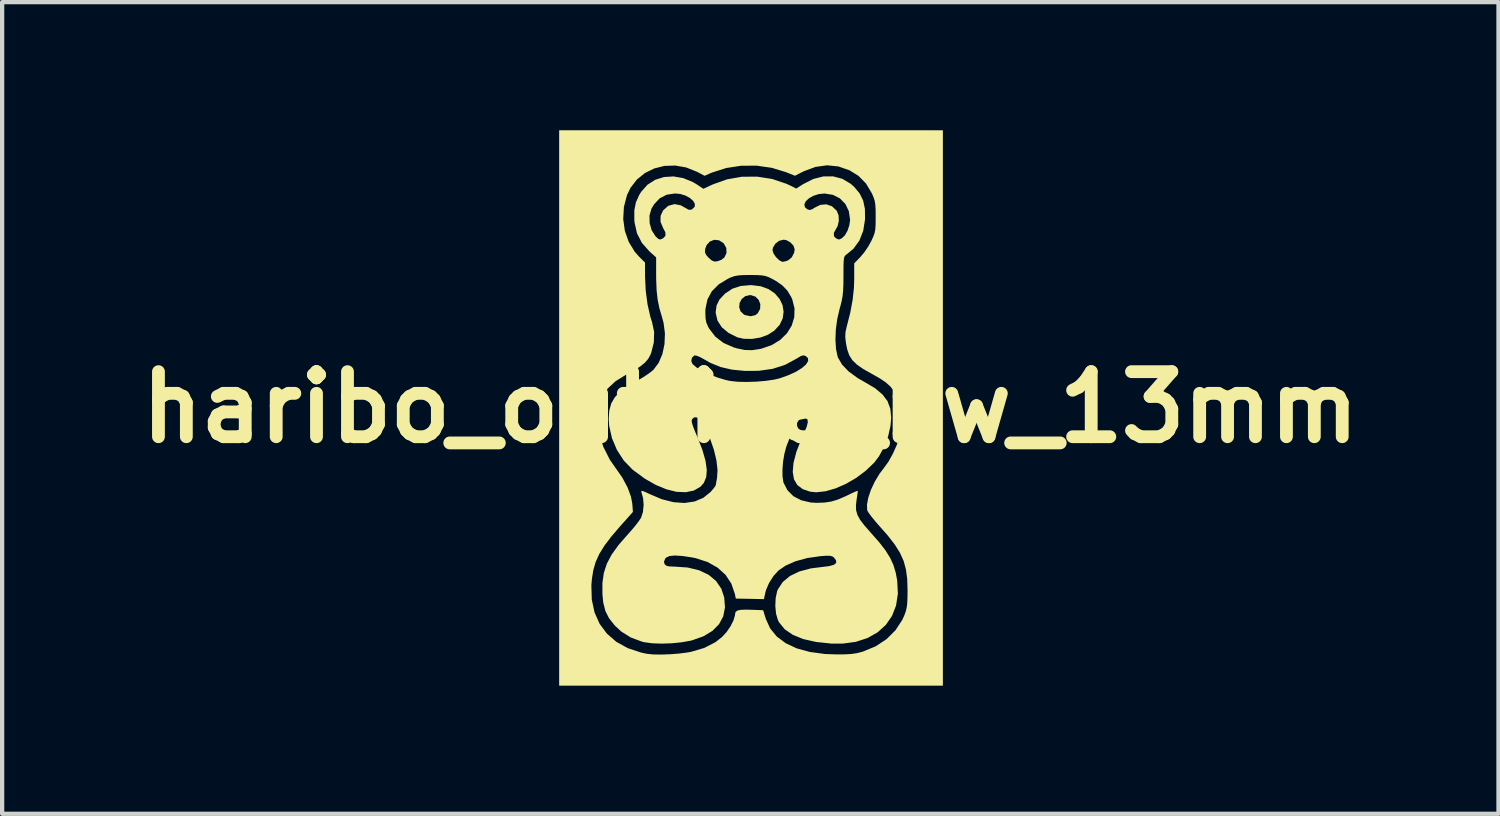
<source format=kicad_pcb>
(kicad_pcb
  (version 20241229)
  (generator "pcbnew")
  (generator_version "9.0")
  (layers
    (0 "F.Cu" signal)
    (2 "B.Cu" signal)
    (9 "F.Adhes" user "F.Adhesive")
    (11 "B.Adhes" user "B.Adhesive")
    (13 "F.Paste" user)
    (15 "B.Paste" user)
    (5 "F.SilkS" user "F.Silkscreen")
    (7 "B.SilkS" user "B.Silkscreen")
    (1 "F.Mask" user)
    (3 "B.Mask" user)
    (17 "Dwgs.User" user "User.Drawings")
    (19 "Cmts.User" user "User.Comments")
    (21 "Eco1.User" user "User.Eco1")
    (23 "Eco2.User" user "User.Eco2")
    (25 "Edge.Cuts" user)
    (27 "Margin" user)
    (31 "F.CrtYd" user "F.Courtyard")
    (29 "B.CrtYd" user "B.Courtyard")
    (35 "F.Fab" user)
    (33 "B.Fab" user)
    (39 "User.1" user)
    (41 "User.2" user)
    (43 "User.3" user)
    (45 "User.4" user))
  (footprint "haribo_outline_bw_13mm"
    (layer "F.Cu")
    (at 14.522 6.488)
    (property "Reference" "haribo_outline_bw_13mm" (at 0 0 0) (layer "F.SilkS") (effects (font (size 1.524 1.524) (thickness 0.3))))
    (attr board_only exclude_from_pos_files exclude_from_bom)
    (fp_poly (pts (xy 0.022 -2.861) (xy 0.24 -2.835) (xy 0.425 -2.768) (xy 0.574 -2.666) (xy 0.684 -2.538) (xy 0.754 -2.393) (xy 0.779 -2.238) (xy 0.758 -2.081) (xy 0.687 -1.932) (xy 0.564 -1.797) (xy 0.412 -1.698) (xy 0.235 -1.633) (xy 0.038 -1.601) (xy -0.154 -1.604) (xy -0.304 -1.638) (xy -0.513 -1.743) (xy -0.669 -1.874) (xy -0.769 -2.03) (xy -0.81 -2.204) (xy -0.811 -2.235) (xy -0.796 -2.344) (xy -0.261 -2.344) (xy -0.23 -2.248) (xy -0.152 -2.173) (xy -0.122 -2.159) (xy 0.004 -2.132) (xy 0.116 -2.157) (xy 0.173 -2.201) (xy 0.229 -2.304) (xy 0.234 -2.415) (xy 0.194 -2.517) (xy 0.117 -2.593) (xy 0.009 -2.627) (xy -0.006 -2.628) (xy -0.12 -2.602) (xy -0.202 -2.536) (xy -0.251 -2.445) (xy -0.261 -2.344) (xy -0.796 -2.344) (xy -0.79 -2.388) (xy -0.723 -2.523) (xy -0.601 -2.654) (xy -0.585 -2.668) (xy -0.42 -2.777) (xy -0.227 -2.84) (xy 0.005 -2.861)) (stroke (width 0) (type solid)) (fill yes) (layer "F.SilkS"))
    (fp_poly (pts (xy 4.509 6.52) (xy -4.477 6.52) (xy -4.477 4.173) (xy -3.723 4.173) (xy -3.713 4.505) (xy -3.648 4.806) (xy -3.529 5.073) (xy -3.358 5.302) (xy -3.138 5.493) (xy -2.869 5.641) (xy -2.556 5.745) (xy -2.425 5.773) (xy -2.279 5.788) (xy -2.091 5.791) (xy -1.879 5.784) (xy -1.665 5.767) (xy -1.469 5.742) (xy -1.384 5.726) (xy -1.079 5.636) (xy -0.821 5.503) (xy -0.663 5.38) (xy -0.556 5.263) (xy -0.463 5.127) (xy -0.394 4.989) (xy -0.359 4.87) (xy -0.357 4.842) (xy -0.346 4.794) (xy -0.306 4.762) (xy -0.228 4.744) (xy -0.102 4.739) (xy 0.045 4.743) (xy 0.3 4.752) (xy 0.361 4.952) (xy 0.463 5.177) (xy 0.618 5.368) (xy 0.827 5.524) (xy 1.086 5.646) (xy 1.394 5.73) (xy 1.748 5.778) (xy 2.027 5.788) (xy 2.221 5.786) (xy 2.371 5.777) (xy 2.496 5.758) (xy 2.618 5.727) (xy 2.645 5.718) (xy 2.937 5.597) (xy 3.19 5.43) (xy 3.399 5.222) (xy 3.558 4.98) (xy 3.606 4.874) (xy 3.639 4.784) (xy 3.661 4.695) (xy 3.674 4.592) (xy 3.68 4.458) (xy 3.682 4.282) (xy 3.674 4.025) (xy 3.645 3.802) (xy 3.591 3.601) (xy 3.505 3.41) (xy 3.383 3.215) (xy 3.22 3.005) (xy 3.047 2.809) (xy 2.937 2.684) (xy 2.843 2.569) (xy 2.774 2.477) (xy 2.739 2.418) (xy 2.737 2.413) (xy 2.731 2.283) (xy 2.762 2.118) (xy 2.824 1.933) (xy 2.914 1.742) (xy 3.024 1.559) (xy 3.129 1.42) (xy 3.234 1.275) (xy 3.337 1.089) (xy 3.428 0.887) (xy 3.495 0.693) (xy 3.506 0.649) (xy 3.528 0.523) (xy 3.542 0.367) (xy 3.546 0.218) (xy 3.541 0.07) (xy 3.522 -0.043) (xy 3.483 -0.153) (xy 3.441 -0.243) (xy 3.367 -0.375) (xy 3.282 -0.484) (xy 3.172 -0.583) (xy 3.025 -0.681) (xy 2.843 -0.784) (xy 2.643 -0.897) (xy 2.495 -1) (xy 2.389 -1.103) (xy 2.317 -1.217) (xy 2.269 -1.353) (xy 2.24 -1.498) (xy 2.223 -1.644) (xy 2.229 -1.764) (xy 2.256 -1.884) (xy 2.341 -2.219) (xy 2.396 -2.517) (xy 2.426 -2.795) (xy 2.433 -3.008) (xy 2.433 -3.371) (xy 2.578 -3.521) (xy 2.671 -3.632) (xy 2.764 -3.77) (xy 2.829 -3.887) (xy 2.876 -3.988) (xy 2.907 -4.071) (xy 2.925 -4.155) (xy 2.933 -4.261) (xy 2.935 -4.407) (xy 2.935 -4.46) (xy 2.934 -4.625) (xy 2.927 -4.743) (xy 2.913 -4.834) (xy 2.886 -4.917) (xy 2.846 -5.01) (xy 2.845 -5.012) (xy 2.708 -5.241) (xy 2.532 -5.42) (xy 2.323 -5.549) (xy 2.063 -5.64) (xy 1.796 -5.667) (xy 1.526 -5.629) (xy 1.253 -5.528) (xy 1.233 -5.518) (xy 1.045 -5.422) (xy 0.841 -5.504) (xy 0.506 -5.607) (xy 0.15 -5.658) (xy -0.212 -5.657) (xy -0.565 -5.603) (xy -0.895 -5.498) (xy -0.931 -5.483) (xy -1.071 -5.421) (xy -1.247 -5.514) (xy -1.501 -5.616) (xy -1.758 -5.661) (xy -2.011 -5.653) (xy -2.25 -5.593) (xy -2.468 -5.486) (xy -2.657 -5.333) (xy -2.807 -5.138) (xy -2.889 -4.968) (xy -2.961 -4.691) (xy -2.977 -4.408) (xy -2.939 -4.132) (xy -2.848 -3.873) (xy -2.707 -3.642) (xy -2.608 -3.53) (xy -2.467 -3.39) (xy -2.466 -3.062) (xy -2.45 -2.732) (xy -2.407 -2.407) (xy -2.339 -2.11) (xy -2.302 -1.995) (xy -2.253 -1.764) (xy -2.26 -1.519) (xy -2.321 -1.277) (xy -2.339 -1.231) (xy -2.392 -1.134) (xy -2.468 -1.046) (xy -2.576 -0.958) (xy -2.726 -0.864) (xy -2.907 -0.765) (xy -3.152 -0.614) (xy -3.337 -0.443) (xy -3.466 -0.248) (xy -3.542 -0.023) (xy -3.568 0.237) (xy -3.568 0.254) (xy -3.538 0.597) (xy -3.445 0.922) (xy -3.29 1.229) (xy -3.159 1.417) (xy -2.998 1.647) (xy -2.875 1.878) (xy -2.795 2.095) (xy -2.765 2.255) (xy -2.75 2.451) (xy -3.055 2.793) (xy -3.259 3.032) (xy -3.418 3.242) (xy -3.537 3.434) (xy -3.622 3.622) (xy -3.678 3.815) (xy -3.711 4.025) (xy -3.723 4.173) (xy -4.477 4.173) (xy -4.477 -6.488) (xy 4.509 -6.488)) (stroke (width 0) (type solid)) (fill yes) (layer "F.SilkS"))
    (fp_poly (pts (xy 2.153 -5.351) (xy 2.349 -5.235) (xy 2.432 -5.162) (xy 2.56 -5.007) (xy 2.642 -4.841) (xy 2.683 -4.648) (xy 2.686 -4.413) (xy 2.686 -4.4) (xy 2.644 -4.134) (xy 2.553 -3.903) (xy 2.415 -3.713) (xy 2.264 -3.588) (xy 2.232 -3.565) (xy 2.209 -3.538) (xy 2.195 -3.496) (xy 2.186 -3.427) (xy 2.182 -3.322) (xy 2.181 -3.167) (xy 2.181 -3.073) (xy 2.179 -2.876) (xy 2.172 -2.725) (xy 2.16 -2.601) (xy 2.138 -2.485) (xy 2.106 -2.358) (xy 2.09 -2.303) (xy 2.035 -2.066) (xy 2.002 -1.82) (xy 1.993 -1.58) (xy 2.007 -1.363) (xy 2.044 -1.187) (xy 2.053 -1.163) (xy 2.148 -0.999) (xy 2.303 -0.838) (xy 2.514 -0.684) (xy 2.685 -0.586) (xy 2.92 -0.447) (xy 3.094 -0.301) (xy 3.213 -0.143) (xy 3.279 0.037) (xy 3.298 0.244) (xy 3.282 0.437) (xy 3.226 0.683) (xy 3.133 0.927) (xy 3.014 1.146) (xy 2.903 1.294) (xy 2.704 1.485) (xy 2.479 1.654) (xy 2.24 1.793) (xy 1.997 1.899) (xy 1.761 1.967) (xy 1.544 1.991) (xy 1.398 1.976) (xy 1.225 1.916) (xy 1.1 1.82) (xy 1.022 1.687) (xy 0.993 1.514) (xy 1.011 1.302) (xy 1.077 1.048) (xy 1.191 0.752) (xy 1.256 0.606) (xy 1.321 0.453) (xy 1.347 0.346) (xy 1.335 0.28) (xy 1.283 0.249) (xy 1.229 0.243) (xy 1.185 0.253) (xy 1.143 0.29) (xy 1.094 0.364) (xy 1.031 0.487) (xy 0.962 0.632) (xy 0.895 0.786) (xy 0.844 0.917) (xy 0.842 0.925) (xy 0.798 1.086) (xy 0.767 1.271) (xy 0.752 1.457) (xy 0.754 1.625) (xy 0.774 1.753) (xy 0.777 1.764) (xy 0.868 1.942) (xy 1.008 2.082) (xy 1.192 2.178) (xy 1.415 2.23) (xy 1.557 2.238) (xy 1.74 2.231) (xy 1.897 2.207) (xy 2.053 2.16) (xy 2.231 2.083) (xy 2.285 2.057) (xy 2.391 2.006) (xy 2.473 1.97) (xy 2.513 1.955) (xy 2.515 1.955) (xy 2.514 1.988) (xy 2.503 2.067) (xy 2.489 2.157) (xy 2.473 2.295) (xy 2.477 2.412) (xy 2.508 2.521) (xy 2.57 2.635) (xy 2.67 2.766) (xy 2.812 2.927) (xy 2.824 2.941) (xy 3.016 3.159) (xy 3.164 3.35) (xy 3.273 3.525) (xy 3.352 3.697) (xy 3.406 3.879) (xy 3.44 4.065) (xy 3.455 4.367) (xy 3.413 4.642) (xy 3.318 4.886) (xy 3.173 5.096) (xy 2.981 5.27) (xy 2.746 5.403) (xy 2.471 5.493) (xy 2.161 5.535) (xy 1.898 5.534) (xy 1.54 5.496) (xy 1.239 5.428) (xy 0.995 5.329) (xy 0.808 5.201) (xy 0.677 5.042) (xy 0.645 4.981) (xy 0.602 4.833) (xy 0.585 4.654) (xy 0.593 4.47) (xy 0.627 4.31) (xy 0.644 4.266) (xy 0.759 4.092) (xy 0.927 3.952) (xy 1.148 3.845) (xy 1.418 3.773) (xy 1.671 3.741) (xy 1.846 3.72) (xy 1.959 3.688) (xy 2.012 3.643) (xy 2.007 3.583) (xy 1.957 3.518) (xy 1.919 3.491) (xy 1.864 3.478) (xy 1.777 3.477) (xy 1.646 3.486) (xy 1.336 3.53) (xy 1.06 3.605) (xy 0.828 3.707) (xy 0.662 3.82) (xy 0.543 3.95) (xy 0.439 4.113) (xy 0.367 4.28) (xy 0.355 4.325) (xy 0.318 4.493) (xy -0.011 4.486) (xy -0.34 4.48) (xy -0.364 4.365) (xy -0.445 4.129) (xy -0.58 3.925) (xy -0.766 3.756) (xy -0.998 3.625) (xy -1.273 3.535) (xy -1.361 3.517) (xy -1.595 3.482) (xy -1.773 3.471) (xy -1.898 3.485) (xy -1.976 3.523) (xy -1.992 3.541) (xy -2.023 3.617) (xy -2.009 3.671) (xy -1.977 3.705) (xy -1.918 3.724) (xy -1.816 3.731) (xy -1.775 3.731) (xy -1.465 3.753) (xy -1.198 3.818) (xy -0.977 3.923) (xy -0.804 4.067) (xy -0.68 4.248) (xy -0.612 4.454) (xy -0.594 4.687) (xy -0.635 4.897) (xy -0.734 5.081) (xy -0.889 5.237) (xy -1.098 5.363) (xy -1.36 5.456) (xy -1.402 5.467) (xy -1.61 5.504) (xy -1.841 5.527) (xy -2.077 5.535) (xy -2.297 5.527) (xy -2.482 5.502) (xy -2.53 5.491) (xy -2.798 5.392) (xy -3.024 5.251) (xy -3.176 5.109) (xy -3.308 4.942) (xy -3.395 4.77) (xy -3.445 4.572) (xy -3.464 4.378) (xy -3.464 4.114) (xy -3.431 3.88) (xy -3.36 3.662) (xy -3.247 3.448) (xy -3.086 3.225) (xy -2.916 3.03) (xy -2.8 2.899) (xy -2.695 2.775) (xy -2.613 2.668) (xy -2.563 2.594) (xy -2.559 2.588) (xy -2.515 2.452) (xy -2.499 2.288) (xy -2.511 2.13) (xy -2.531 2.058) (xy -2.551 1.99) (xy -2.551 1.956) (xy -2.517 1.962) (xy -2.443 1.992) (xy -2.364 2.03) (xy -2.074 2.153) (xy -1.798 2.223) (xy -1.541 2.241) (xy -1.307 2.207) (xy -1.102 2.121) (xy -0.931 1.983) (xy -0.916 1.967) (xy -0.855 1.893) (xy -0.816 1.838) (xy -0.81 1.824) (xy -0.803 1.78) (xy -0.788 1.698) (xy -0.78 1.657) (xy -0.768 1.469) (xy -0.794 1.243) (xy -0.854 0.993) (xy -0.945 0.731) (xy -1.064 0.471) (xy -1.076 0.447) (xy -1.161 0.312) (xy -1.237 0.241) (xy -1.307 0.233) (xy -1.36 0.273) (xy -1.373 0.303) (xy -1.37 0.353) (xy -1.348 0.431) (xy -1.303 0.548) (xy -1.237 0.704) (xy -1.122 1.001) (xy -1.05 1.253) (xy -1.02 1.463) (xy -1.033 1.634) (xy -1.089 1.771) (xy -1.167 1.86) (xy -1.323 1.95) (xy -1.512 1.989) (xy -1.727 1.98) (xy -1.963 1.922) (xy -2.213 1.819) (xy -2.472 1.671) (xy -2.733 1.479) (xy -2.764 1.454) (xy -2.963 1.248) (xy -3.124 0.999) (xy -3.241 0.723) (xy -3.306 0.435) (xy -3.317 0.276) (xy -3.304 0.078) (xy -3.257 -0.092) (xy -3.169 -0.241) (xy -3.034 -0.377) (xy -2.846 -0.51) (xy -2.66 -0.616) (xy -2.523 -0.695) (xy -2.394 -0.78) (xy -2.294 -0.856) (xy -2.267 -0.88) (xy -2.146 -1.043) (xy -2.128 -1.085) (xy -1.383 -1.085) (xy -1.357 -1.016) (xy -1.265 -0.936) (xy -1.125 -0.85) (xy -0.953 -0.768) (xy -0.765 -0.695) (xy -0.576 -0.639) (xy -0.476 -0.617) (xy -0.303 -0.598) (xy -0.092 -0.593) (xy 0.137 -0.6) (xy 0.361 -0.619) (xy 0.56 -0.648) (xy 0.697 -0.681) (xy 0.902 -0.755) (xy 1.075 -0.836) (xy 1.211 -0.921) (xy 1.306 -1.005) (xy 1.354 -1.084) (xy 1.35 -1.152) (xy 1.296 -1.201) (xy 1.246 -1.216) (xy 1.188 -1.202) (xy 1.103 -1.152) (xy 1.08 -1.138) (xy 0.814 -0.994) (xy 0.521 -0.9) (xy 0.194 -0.854) (xy -0.13 -0.852) (xy -0.434 -0.882) (xy -0.698 -0.943) (xy -0.937 -1.041) (xy -1.071 -1.117) (xy -1.178 -1.176) (xy -1.264 -1.21) (xy -1.31 -1.214) (xy -1.366 -1.162) (xy -1.383 -1.085) (xy -2.128 -1.085) (xy -2.059 -1.248) (xy -2.01 -1.481) (xy -2 -1.729) (xy -2.032 -1.977) (xy -2.068 -2.109) (xy -2.101 -2.222) (xy -1.054 -2.222) (xy -1.049 -2.084) (xy -1.03 -1.982) (xy -0.99 -1.888) (xy -0.966 -1.844) (xy -0.819 -1.653) (xy -0.628 -1.506) (xy -0.389 -1.402) (xy -0.318 -1.381) (xy -0.131 -1.342) (xy 0.039 -1.337) (xy 0.226 -1.365) (xy 0.264 -1.374) (xy 0.501 -1.456) (xy 0.701 -1.579) (xy 0.858 -1.733) (xy 0.969 -1.913) (xy 1.029 -2.11) (xy 1.035 -2.317) (xy 0.982 -2.527) (xy 0.954 -2.588) (xy 0.866 -2.733) (xy 0.752 -2.852) (xy 0.597 -2.96) (xy 0.506 -3.01) (xy 0.424 -3.05) (xy 0.348 -3.076) (xy 0.26 -3.09) (xy 0.142 -3.096) (xy 0 -3.098) (xy -0.162 -3.096) (xy -0.279 -3.088) (xy -0.37 -3.072) (xy -0.454 -3.043) (xy -0.519 -3.013) (xy -0.738 -2.881) (xy -0.9 -2.719) (xy -1.004 -2.528) (xy -1.051 -2.305) (xy -1.054 -2.222) (xy -2.101 -2.222) (xy -2.129 -2.316) (xy -2.17 -2.518) (xy -2.195 -2.736) (xy -2.205 -2.99) (xy -2.206 -3.107) (xy -2.206 -3.51) (xy -2.342 -3.632) (xy -1.063 -3.632) (xy -1.036 -3.569) (xy -0.976 -3.501) (xy -0.901 -3.436) (xy -0.838 -3.413) (xy -0.769 -3.419) (xy -0.677 -3.454) (xy -0.608 -3.507) (xy -0.558 -3.614) (xy -0.561 -3.681) (xy 0.519 -3.681) (xy 0.542 -3.604) (xy 0.599 -3.519) (xy 0.672 -3.447) (xy 0.742 -3.408) (xy 0.758 -3.406) (xy 0.825 -3.419) (xy 0.887 -3.442) (xy 0.971 -3.512) (xy 1.026 -3.62) (xy 1.038 -3.701) (xy 1.01 -3.785) (xy 0.938 -3.862) (xy 0.844 -3.914) (xy 0.779 -3.925) (xy 0.673 -3.898) (xy 0.583 -3.828) (xy 0.528 -3.734) (xy 0.519 -3.681) (xy -0.561 -3.681) (xy -0.563 -3.731) (xy -0.623 -3.838) (xy -0.631 -3.846) (xy -0.735 -3.911) (xy -0.846 -3.922) (xy -0.949 -3.881) (xy -1.026 -3.796) (xy -1.058 -3.707) (xy -1.063 -3.632) (xy -2.342 -3.632) (xy -2.366 -3.654) (xy -2.539 -3.849) (xy -2.654 -4.073) (xy -2.712 -4.329) (xy -2.717 -4.39) (xy -2.717 -4.491) (xy -2.362 -4.491) (xy -2.359 -4.317) (xy -2.312 -4.149) (xy -2.223 -4.008) (xy -2.209 -3.993) (xy -2.151 -3.941) (xy -2.109 -3.929) (xy -2.052 -3.953) (xy -2.042 -3.959) (xy -1.988 -4.015) (xy -1.99 -4.097) (xy -2.044 -4.201) (xy -2.103 -4.342) (xy -2.102 -4.482) (xy -2.044 -4.609) (xy -1.933 -4.709) (xy -1.907 -4.723) (xy -1.773 -4.758) (xy -1.63 -4.73) (xy -1.523 -4.67) (xy -1.447 -4.627) (xy -1.389 -4.627) (xy -1.363 -4.638) (xy -1.304 -4.694) (xy -1.299 -4.754) (xy 1.265 -4.754) (xy 1.277 -4.687) (xy 1.334 -4.637) (xy 1.393 -4.619) (xy 1.453 -4.64) (xy 1.496 -4.669) (xy 1.638 -4.74) (xy 1.78 -4.753) (xy 1.912 -4.707) (xy 2.021 -4.605) (xy 2.025 -4.599) (xy 2.067 -4.493) (xy 2.072 -4.363) (xy 2.043 -4.24) (xy 2.011 -4.185) (xy 1.956 -4.085) (xy 1.958 -4.006) (xy 2.003 -3.96) (xy 2.056 -3.932) (xy 2.093 -3.933) (xy 2.143 -3.959) (xy 2.214 -4.026) (xy 2.277 -4.137) (xy 2.32 -4.268) (xy 2.336 -4.392) (xy 2.307 -4.592) (xy 2.226 -4.76) (xy 2.1 -4.89) (xy 1.935 -4.975) (xy 1.739 -5.006) (xy 1.736 -5.006) (xy 1.599 -4.992) (xy 1.475 -4.952) (xy 1.372 -4.894) (xy 1.3 -4.826) (xy 1.265 -4.754) (xy -1.299 -4.754) (xy -1.299 -4.762) (xy -1.338 -4.833) (xy -1.415 -4.901) (xy -1.519 -4.958) (xy -1.643 -4.996) (xy -1.767 -5.007) (xy -1.962 -4.977) (xy -2.124 -4.893) (xy -2.255 -4.752) (xy -2.316 -4.649) (xy -2.362 -4.491) (xy -2.717 -4.491) (xy -2.717 -4.612) (xy -2.68 -4.799) (xy -2.601 -4.974) (xy -2.554 -5.049) (xy -2.408 -5.213) (xy -2.228 -5.327) (xy -2.022 -5.392) (xy -1.8 -5.406) (xy -1.571 -5.367) (xy -1.346 -5.274) (xy -1.255 -5.22) (xy -1.1 -5.117) (xy -0.877 -5.22) (xy -0.545 -5.338) (xy -0.195 -5.399) (xy 0.162 -5.401) (xy 0.513 -5.346) (xy 0.848 -5.233) (xy 0.951 -5.185) (xy 1.075 -5.122) (xy 1.234 -5.224) (xy 1.471 -5.345) (xy 1.708 -5.406) (xy 1.937 -5.408)) (stroke (width 0) (type solid)) (fill yes) (layer "F.SilkS")))
  (gr_rect
    (start -3 -3)
    (end 32.043 16.008)
    (stroke (width 0.1) (type default))
    (fill no)
    (layer "Edge.Cuts")))
</source>
